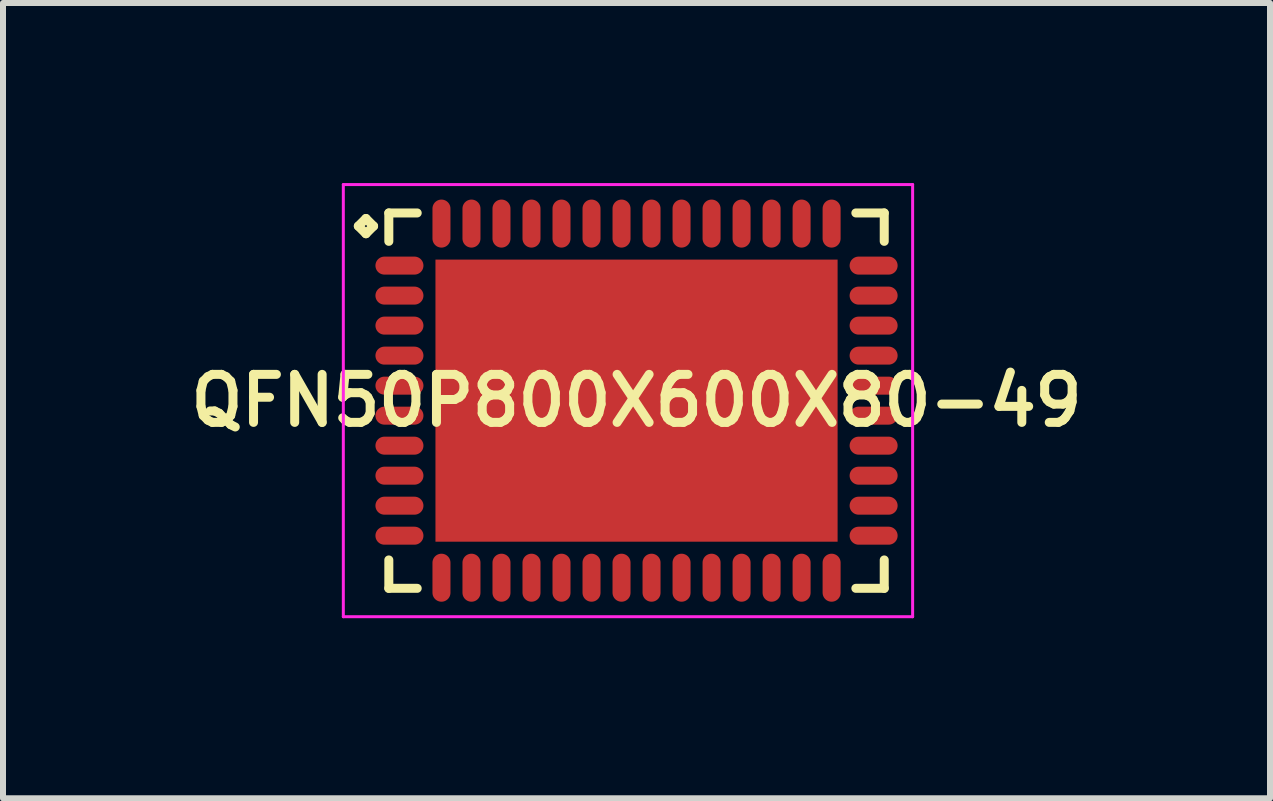
<source format=kicad_pcb>
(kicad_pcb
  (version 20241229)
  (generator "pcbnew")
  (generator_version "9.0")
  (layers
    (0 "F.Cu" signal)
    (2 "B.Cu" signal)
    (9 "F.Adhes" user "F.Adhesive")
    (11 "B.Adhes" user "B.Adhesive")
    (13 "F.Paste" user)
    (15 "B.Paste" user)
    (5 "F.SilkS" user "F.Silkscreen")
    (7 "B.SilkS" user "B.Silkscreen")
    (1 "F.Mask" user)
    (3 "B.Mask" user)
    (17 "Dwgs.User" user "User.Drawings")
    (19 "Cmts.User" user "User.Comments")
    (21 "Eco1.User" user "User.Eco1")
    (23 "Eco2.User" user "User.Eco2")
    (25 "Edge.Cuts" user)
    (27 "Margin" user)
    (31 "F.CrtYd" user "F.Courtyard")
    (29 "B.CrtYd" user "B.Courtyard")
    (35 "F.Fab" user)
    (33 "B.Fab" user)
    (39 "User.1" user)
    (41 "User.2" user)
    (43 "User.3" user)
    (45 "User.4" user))
  (footprint "QFN50P800X600X80-49"
    (layer "F.Cu")
    (at 7.555 3.625)
    (property "Reference" "QFN50P800X600X80-49" (at 0 0 0) (layer "F.SilkS") (effects (font (size 0.8 0.8) (thickness 0.15))))
    (attr smd)
    (fp_line (start -4.635 -2.908) (end -4.508 -3.035) (stroke (width 0.15) (type solid)) (layer "F.SilkS"))
    (fp_line (start -4.508 -3.035) (end -4.381 -2.908) (stroke (width 0.15) (type solid)) (layer "F.SilkS"))
    (fp_line (start -4.508 -2.781) (end -4.635 -2.908) (stroke (width 0.15) (type solid)) (layer "F.SilkS"))
    (fp_line (start -4.381 -2.908) (end -4.508 -2.781) (stroke (width 0.15) (type solid)) (layer "F.SilkS"))
    (fp_line (start -4.127 -3.127) (end -3.654 -3.127) (stroke (width 0.15) (type solid)) (layer "F.SilkS"))
    (fp_line (start -4.127 -2.654) (end -4.127 -3.127) (stroke (width 0.15) (type solid)) (layer "F.SilkS"))
    (fp_line (start -4.127 2.654) (end -4.127 3.127) (stroke (width 0.15) (type solid)) (layer "F.SilkS"))
    (fp_line (start -4.127 3.127) (end -3.654 3.127) (stroke (width 0.15) (type solid)) (layer "F.SilkS"))
    (fp_line (start 3.654 -3.127) (end 4.127 -3.127) (stroke (width 0.15) (type solid)) (layer "F.SilkS"))
    (fp_line (start 3.654 3.127) (end 4.127 3.127) (stroke (width 0.15) (type solid)) (layer "F.SilkS"))
    (fp_line (start 4.127 -3.127) (end 4.127 -2.654) (stroke (width 0.15) (type solid)) (layer "F.SilkS"))
    (fp_line (start 4.127 3.127) (end 4.127 2.654) (stroke (width 0.15) (type solid)) (layer "F.SilkS"))
    (fp_line (start -4.885 -3.6) (end 4.6 -3.6) (stroke (width 0.05) (type solid)) (layer "F.CrtYd"))
    (fp_line (start -4.885 3.6) (end -4.885 -3.6) (stroke (width 0.05) (type solid)) (layer "F.CrtYd"))
    (fp_line (start 4.6 -3.6) (end 4.6 3.6) (stroke (width 0.05) (type solid)) (layer "F.CrtYd"))
    (fp_line (start 4.6 3.6) (end -4.885 3.6) (stroke (width 0.05) (type solid)) (layer "F.CrtYd"))
    (pad "1" smd oval (at -3.95 -2.25) (size 0.8 0.3) (layers "F.Cu" "F.Mask" "F.Paste"))
    (pad "2" smd oval (at -3.95 -1.75) (size 0.8 0.3) (layers "F.Cu" "F.Mask" "F.Paste"))
    (pad "3" smd oval (at -3.95 -1.25) (size 0.8 0.3) (layers "F.Cu" "F.Mask" "F.Paste"))
    (pad "4" smd oval (at -3.95 -0.75) (size 0.8 0.3) (layers "F.Cu" "F.Mask" "F.Paste"))
    (pad "5" smd oval (at -3.95 -0.25) (size 0.8 0.3) (layers "F.Cu" "F.Mask" "F.Paste"))
    (pad "6" smd oval (at -3.95 0.25) (size 0.8 0.3) (layers "F.Cu" "F.Mask" "F.Paste"))
    (pad "7" smd oval (at -3.95 0.75) (size 0.8 0.3) (layers "F.Cu" "F.Mask" "F.Paste"))
    (pad "8" smd oval (at -3.95 1.25) (size 0.8 0.3) (layers "F.Cu" "F.Mask" "F.Paste"))
    (pad "9" smd oval (at -3.95 1.75) (size 0.8 0.3) (layers "F.Cu" "F.Mask" "F.Paste"))
    (pad "10" smd oval (at -3.95 2.25) (size 0.8 0.3) (layers "F.Cu" "F.Mask" "F.Paste"))
    (pad "11" smd oval (at -3.25 2.95) (size 0.3 0.8) (layers "F.Cu" "F.Mask" "F.Paste"))
    (pad "12" smd oval (at -2.75 2.95) (size 0.3 0.8) (layers "F.Cu" "F.Mask" "F.Paste"))
    (pad "13" smd oval (at -2.25 2.95) (size 0.3 0.8) (layers "F.Cu" "F.Mask" "F.Paste"))
    (pad "14" smd oval (at -1.75 2.95) (size 0.3 0.8) (layers "F.Cu" "F.Mask" "F.Paste"))
    (pad "15" smd oval (at -1.25 2.95) (size 0.3 0.8) (layers "F.Cu" "F.Mask" "F.Paste"))
    (pad "16" smd oval (at -0.75 2.95) (size 0.3 0.8) (layers "F.Cu" "F.Mask" "F.Paste"))
    (pad "17" smd oval (at -0.25 2.95) (size 0.3 0.8) (layers "F.Cu" "F.Mask" "F.Paste"))
    (pad "18" smd oval (at 0.25 2.95) (size 0.3 0.8) (layers "F.Cu" "F.Mask" "F.Paste"))
    (pad "19" smd oval (at 0.75 2.95) (size 0.3 0.8) (layers "F.Cu" "F.Mask" "F.Paste"))
    (pad "20" smd oval (at 1.25 2.95) (size 0.3 0.8) (layers "F.Cu" "F.Mask" "F.Paste"))
    (pad "21" smd oval (at 1.75 2.95) (size 0.3 0.8) (layers "F.Cu" "F.Mask" "F.Paste"))
    (pad "22" smd oval (at 2.25 2.95) (size 0.3 0.8) (layers "F.Cu" "F.Mask" "F.Paste"))
    (pad "23" smd oval (at 2.75 2.95) (size 0.3 0.8) (layers "F.Cu" "F.Mask" "F.Paste"))
    (pad "24" smd oval (at 3.25 2.95) (size 0.3 0.8) (layers "F.Cu" "F.Mask" "F.Paste"))
    (pad "25" smd oval (at 3.95 2.25) (size 0.8 0.3) (layers "F.Cu" "F.Mask" "F.Paste"))
    (pad "26" smd oval (at 3.95 1.75) (size 0.8 0.3) (layers "F.Cu" "F.Mask" "F.Paste"))
    (pad "27" smd oval (at 3.95 1.25) (size 0.8 0.3) (layers "F.Cu" "F.Mask" "F.Paste"))
    (pad "28" smd oval (at 3.95 0.75) (size 0.8 0.3) (layers "F.Cu" "F.Mask" "F.Paste"))
    (pad "29" smd oval (at 3.95 0.25) (size 0.8 0.3) (layers "F.Cu" "F.Mask" "F.Paste"))
    (pad "30" smd oval (at 3.95 -0.25) (size 0.8 0.3) (layers "F.Cu" "F.Mask" "F.Paste"))
    (pad "31" smd oval (at 3.95 -0.75) (size 0.8 0.3) (layers "F.Cu" "F.Mask" "F.Paste"))
    (pad "32" smd oval (at 3.95 -1.25) (size 0.8 0.3) (layers "F.Cu" "F.Mask" "F.Paste"))
    (pad "33" smd oval (at 3.95 -1.75) (size 0.8 0.3) (layers "F.Cu" "F.Mask" "F.Paste"))
    (pad "34" smd oval (at 3.95 -2.25) (size 0.8 0.3) (layers "F.Cu" "F.Mask" "F.Paste"))
    (pad "35" smd oval (at 3.25 -2.95) (size 0.3 0.8) (layers "F.Cu" "F.Mask" "F.Paste"))
    (pad "36" smd oval (at 2.75 -2.95) (size 0.3 0.8) (layers "F.Cu" "F.Mask" "F.Paste"))
    (pad "37" smd oval (at 2.25 -2.95) (size 0.3 0.8) (layers "F.Cu" "F.Mask" "F.Paste"))
    (pad "38" smd oval (at 1.75 -2.95) (size 0.3 0.8) (layers "F.Cu" "F.Mask" "F.Paste"))
    (pad "39" smd oval (at 1.25 -2.95) (size 0.3 0.8) (layers "F.Cu" "F.Mask" "F.Paste"))
    (pad "40" smd oval (at 0.75 -2.95) (size 0.3 0.8) (layers "F.Cu" "F.Mask" "F.Paste"))
    (pad "41" smd oval (at 0.25 -2.95) (size 0.3 0.8) (layers "F.Cu" "F.Mask" "F.Paste"))
    (pad "42" smd oval (at -0.25 -2.95) (size 0.3 0.8) (layers "F.Cu" "F.Mask" "F.Paste"))
    (pad "43" smd oval (at -0.75 -2.95) (size 0.3 0.8) (layers "F.Cu" "F.Mask" "F.Paste"))
    (pad "44" smd oval (at -1.25 -2.95) (size 0.3 0.8) (layers "F.Cu" "F.Mask" "F.Paste"))
    (pad "45" smd oval (at -1.75 -2.95) (size 0.3 0.8) (layers "F.Cu" "F.Mask" "F.Paste"))
    (pad "46" smd oval (at -2.25 -2.95) (size 0.3 0.8) (layers "F.Cu" "F.Mask" "F.Paste"))
    (pad "47" smd oval (at -2.75 -2.95) (size 0.3 0.8) (layers "F.Cu" "F.Mask" "F.Paste"))
    (pad "48" smd oval (at -3.25 -2.95) (size 0.3 0.8) (layers "F.Cu" "F.Mask" "F.Paste"))
    (pad "49" smd rect (at 0 0) (size 6.7 4.7) (layers "F.Cu" "F.Mask" "F.Paste")))
  (gr_rect
    (start -3 -3)
    (end 18.109 10.25)
    (stroke (width 0.1) (type default))
    (fill no)
    (layer "Edge.Cuts")))
</source>
